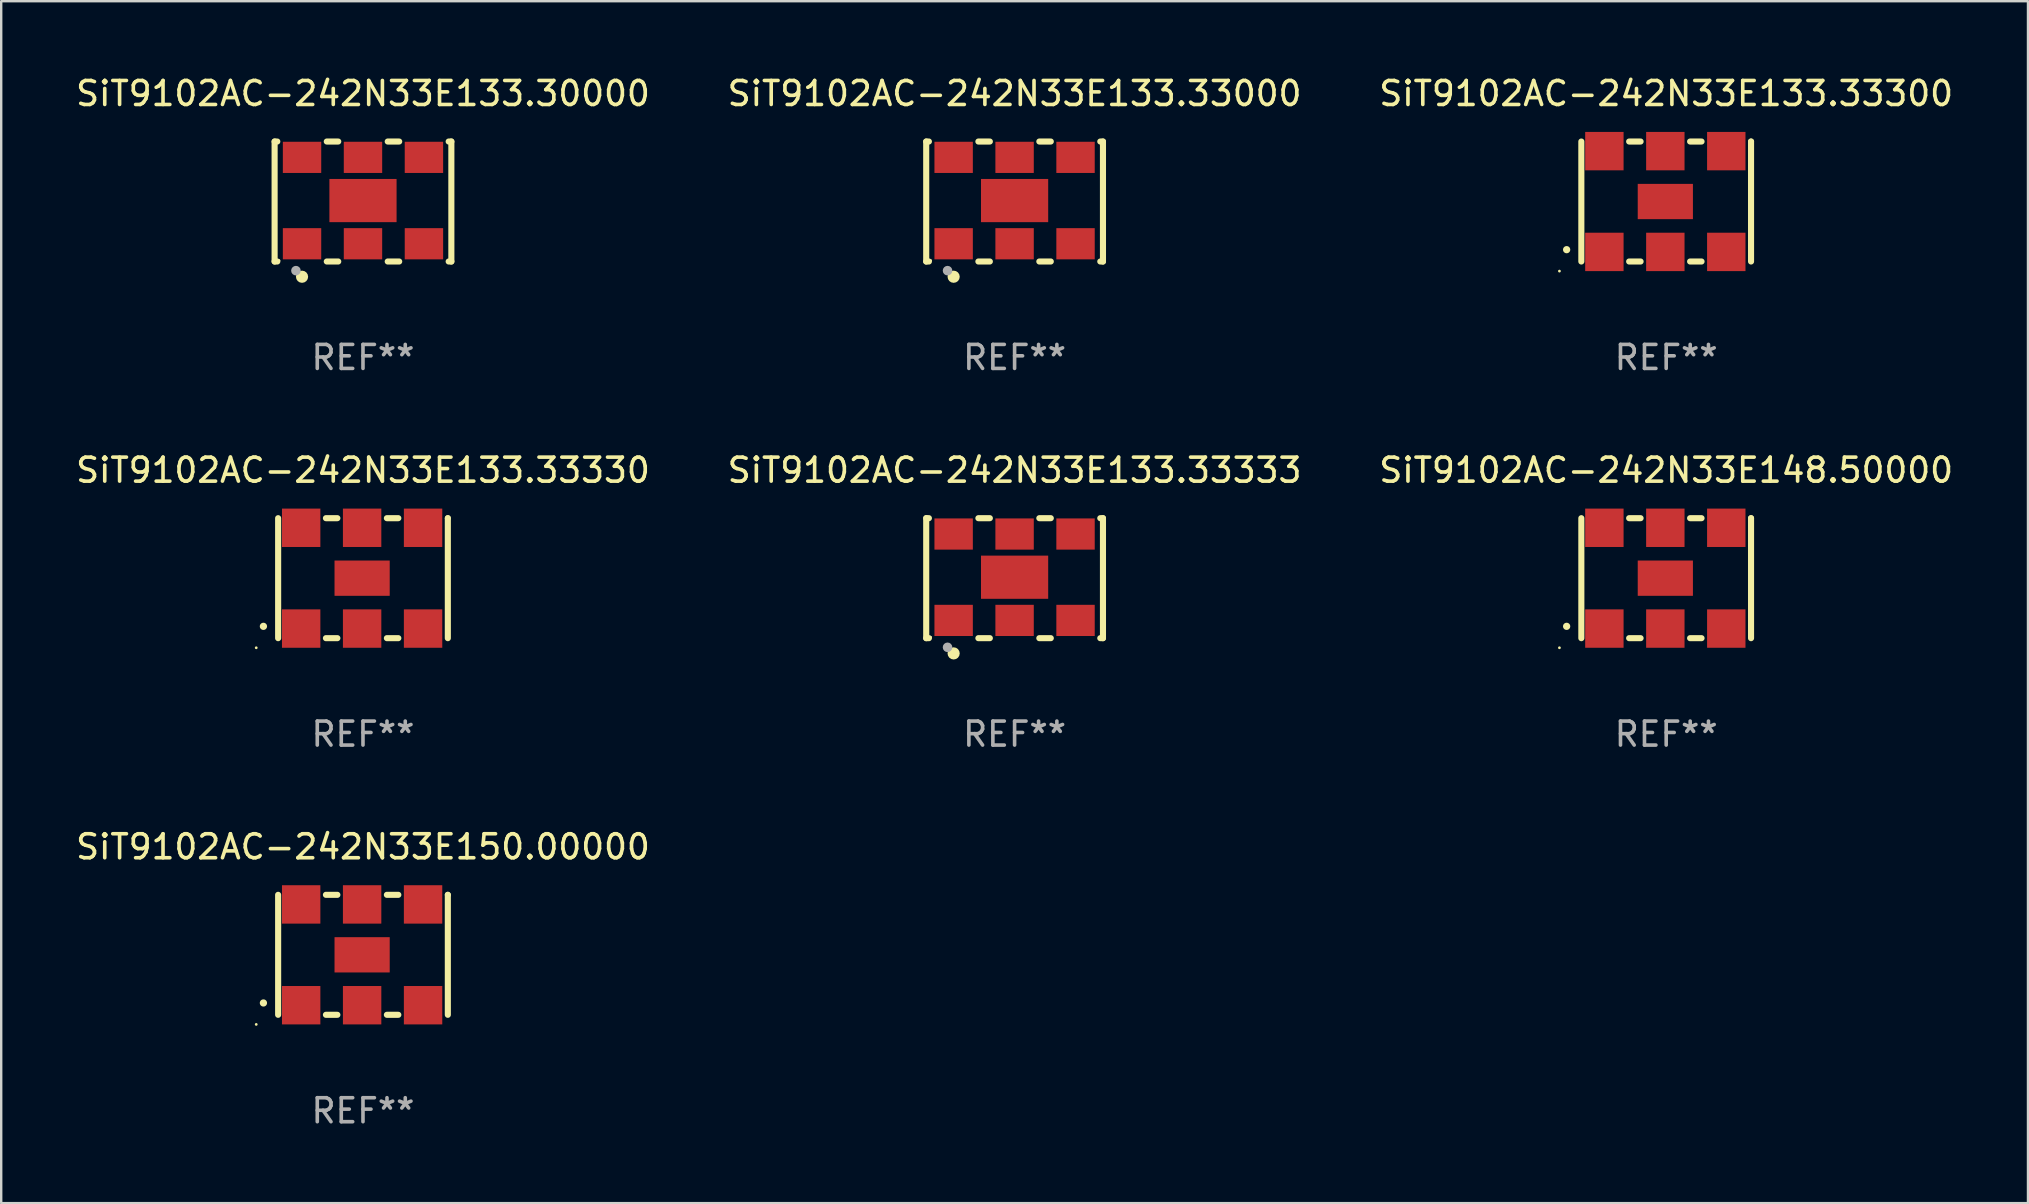
<source format=kicad_pcb>
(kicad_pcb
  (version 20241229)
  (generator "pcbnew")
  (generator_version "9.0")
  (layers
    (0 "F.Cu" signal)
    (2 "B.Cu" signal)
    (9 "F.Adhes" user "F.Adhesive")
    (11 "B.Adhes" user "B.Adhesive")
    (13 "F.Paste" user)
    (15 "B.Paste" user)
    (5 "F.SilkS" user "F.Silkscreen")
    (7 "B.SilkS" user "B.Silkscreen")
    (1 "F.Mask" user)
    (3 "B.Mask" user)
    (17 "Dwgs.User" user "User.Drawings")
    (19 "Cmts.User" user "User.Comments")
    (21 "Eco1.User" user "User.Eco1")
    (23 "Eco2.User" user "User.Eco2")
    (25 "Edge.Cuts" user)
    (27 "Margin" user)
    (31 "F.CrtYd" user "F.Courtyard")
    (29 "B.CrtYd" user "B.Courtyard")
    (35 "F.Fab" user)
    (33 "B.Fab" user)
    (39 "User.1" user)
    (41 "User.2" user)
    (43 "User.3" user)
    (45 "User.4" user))
  (footprint "SiT9102AC-242N33E133.33333"
    (layer "F.Cu")
    (at 39.232 21.045)
    (property "Reference" "SiT9102AC-242N33E133.33333" (at 0 -4.5 0) (layer "F.SilkS") (effects (font (size 1 1) (thickness 0.15))))
    (attr through_hole)
    (fp_line (start -3.683 -2.5) (end -3.571 -2.5) (stroke (width 0.254) (type solid)) (layer "F.SilkS"))
    (fp_line (start -3.683 2.5) (end -3.683 -2.5) (stroke (width 0.254) (type solid)) (layer "F.SilkS"))
    (fp_line (start -3.683 2.5) (end -3.571 2.5) (stroke (width 0.254) (type solid)) (layer "F.SilkS"))
    (fp_line (start -1.509 -2.5) (end -1.031 -2.5) (stroke (width 0.254) (type solid)) (layer "F.SilkS"))
    (fp_line (start -1.509 2.5) (end -1.031 2.5) (stroke (width 0.254) (type solid)) (layer "F.SilkS"))
    (fp_line (start 1.031 -2.5) (end 1.509 -2.5) (stroke (width 0.254) (type solid)) (layer "F.SilkS"))
    (fp_line (start 1.031 2.5) (end 1.509 2.5) (stroke (width 0.254) (type solid)) (layer "F.SilkS"))
    (fp_line (start 3.571 -2.5) (end 3.683 -2.5) (stroke (width 0.254) (type solid)) (layer "F.SilkS"))
    (fp_line (start 3.571 2.5) (end 3.683 2.5) (stroke (width 0.254) (type solid)) (layer "F.SilkS"))
    (fp_line (start 3.683 2.5) (end 3.683 -2.5) (stroke (width 0.254) (type solid)) (layer "F.SilkS"))
    (fp_circle (center -3.5 2.46) (end -3.47 2.46) (stroke (width 0.06) (type solid)) (fill no) (layer "F.SilkS"))
    (fp_circle (center -2.54 3.135) (end -2.413 3.135) (stroke (width 0.254) (type solid)) (fill no) (layer "F.SilkS"))
    (fp_circle (center -2.794 2.881) (end -2.694 2.881) (stroke (width 0.2) (type solid)) (fill no) (layer "F.Fab"))
    (fp_text user "REF**" (at 0 6.5 0) (layer "F.Fab") (effects (font (size 1 1) (thickness 0.15))))
    (pad "1" smd rect (at -2.54 1.76) (size 1.6 1.3) (layers "F.Cu" "F.Mask" "F.Paste"))
    (pad "2" smd rect (at 0 1.76) (size 1.6 1.3) (layers "F.Cu" "F.Mask" "F.Paste"))
    (pad "3" smd rect (at 2.54 1.76) (size 1.6 1.3) (layers "F.Cu" "F.Mask" "F.Paste"))
    (pad "4" smd rect (at 2.54 -1.84) (size 1.6 1.3) (layers "F.Cu" "F.Mask" "F.Paste"))
    (pad "5" smd rect (at 0 -1.84) (size 1.6 1.3) (layers "F.Cu" "F.Mask" "F.Paste"))
    (pad "6" smd rect (at -2.54 -1.84) (size 1.6 1.3) (layers "F.Cu" "F.Mask" "F.Paste"))
    (pad "7" smd rect (at 0 -0.04) (size 2.8 1.8) (layers "F.Cu" "F.Mask" "F.Paste")))
  (footprint "SiT9102AC-242N33E133.33000"
    (layer "F.Cu")
    (at 39.232 5.348)
    (property "Reference" "SiT9102AC-242N33E133.33000" (at 0 -4.5 0) (layer "F.SilkS") (effects (font (size 1 1) (thickness 0.15))))
    (attr through_hole)
    (fp_line (start -3.683 -2.5) (end -3.571 -2.5) (stroke (width 0.254) (type solid)) (layer "F.SilkS"))
    (fp_line (start -3.683 2.5) (end -3.683 -2.5) (stroke (width 0.254) (type solid)) (layer "F.SilkS"))
    (fp_line (start -3.683 2.5) (end -3.571 2.5) (stroke (width 0.254) (type solid)) (layer "F.SilkS"))
    (fp_line (start -1.509 -2.5) (end -1.031 -2.5) (stroke (width 0.254) (type solid)) (layer "F.SilkS"))
    (fp_line (start -1.509 2.5) (end -1.031 2.5) (stroke (width 0.254) (type solid)) (layer "F.SilkS"))
    (fp_line (start 1.031 -2.5) (end 1.509 -2.5) (stroke (width 0.254) (type solid)) (layer "F.SilkS"))
    (fp_line (start 1.031 2.5) (end 1.509 2.5) (stroke (width 0.254) (type solid)) (layer "F.SilkS"))
    (fp_line (start 3.571 -2.5) (end 3.683 -2.5) (stroke (width 0.254) (type solid)) (layer "F.SilkS"))
    (fp_line (start 3.571 2.5) (end 3.683 2.5) (stroke (width 0.254) (type solid)) (layer "F.SilkS"))
    (fp_line (start 3.683 2.5) (end 3.683 -2.5) (stroke (width 0.254) (type solid)) (layer "F.SilkS"))
    (fp_circle (center -3.5 2.46) (end -3.47 2.46) (stroke (width 0.06) (type solid)) (fill no) (layer "F.SilkS"))
    (fp_circle (center -2.54 3.135) (end -2.413 3.135) (stroke (width 0.254) (type solid)) (fill no) (layer "F.SilkS"))
    (fp_circle (center -2.794 2.881) (end -2.694 2.881) (stroke (width 0.2) (type solid)) (fill no) (layer "F.Fab"))
    (fp_text user "REF**" (at 0 6.5 0) (layer "F.Fab") (effects (font (size 1 1) (thickness 0.15))))
    (pad "1" smd rect (at -2.54 1.76) (size 1.6 1.3) (layers "F.Cu" "F.Mask" "F.Paste"))
    (pad "2" smd rect (at 0 1.76) (size 1.6 1.3) (layers "F.Cu" "F.Mask" "F.Paste"))
    (pad "3" smd rect (at 2.54 1.76) (size 1.6 1.3) (layers "F.Cu" "F.Mask" "F.Paste"))
    (pad "4" smd rect (at 2.54 -1.84) (size 1.6 1.3) (layers "F.Cu" "F.Mask" "F.Paste"))
    (pad "5" smd rect (at 0 -1.84) (size 1.6 1.3) (layers "F.Cu" "F.Mask" "F.Paste"))
    (pad "6" smd rect (at -2.54 -1.84) (size 1.6 1.3) (layers "F.Cu" "F.Mask" "F.Paste"))
    (pad "7" smd rect (at 0 -0.04) (size 2.8 1.8) (layers "F.Cu" "F.Mask" "F.Paste")))
  (footprint "SiT9102AC-242N33E133.30000"
    (layer "F.Cu")
    (at 12.077 5.348)
    (property "Reference" "SiT9102AC-242N33E133.30000" (at 0 -4.5 0) (layer "F.SilkS") (effects (font (size 1 1) (thickness 0.15))))
    (attr through_hole)
    (fp_line (start -3.683 -2.5) (end -3.571 -2.5) (stroke (width 0.254) (type solid)) (layer "F.SilkS"))
    (fp_line (start -3.683 2.5) (end -3.683 -2.5) (stroke (width 0.254) (type solid)) (layer "F.SilkS"))
    (fp_line (start -3.683 2.5) (end -3.571 2.5) (stroke (width 0.254) (type solid)) (layer "F.SilkS"))
    (fp_line (start -1.509 -2.5) (end -1.031 -2.5) (stroke (width 0.254) (type solid)) (layer "F.SilkS"))
    (fp_line (start -1.509 2.5) (end -1.031 2.5) (stroke (width 0.254) (type solid)) (layer "F.SilkS"))
    (fp_line (start 1.031 -2.5) (end 1.509 -2.5) (stroke (width 0.254) (type solid)) (layer "F.SilkS"))
    (fp_line (start 1.031 2.5) (end 1.509 2.5) (stroke (width 0.254) (type solid)) (layer "F.SilkS"))
    (fp_line (start 3.571 -2.5) (end 3.683 -2.5) (stroke (width 0.254) (type solid)) (layer "F.SilkS"))
    (fp_line (start 3.571 2.5) (end 3.683 2.5) (stroke (width 0.254) (type solid)) (layer "F.SilkS"))
    (fp_line (start 3.683 2.5) (end 3.683 -2.5) (stroke (width 0.254) (type solid)) (layer "F.SilkS"))
    (fp_circle (center -3.5 2.46) (end -3.47 2.46) (stroke (width 0.06) (type solid)) (fill no) (layer "F.SilkS"))
    (fp_circle (center -2.54 3.135) (end -2.413 3.135) (stroke (width 0.254) (type solid)) (fill no) (layer "F.SilkS"))
    (fp_circle (center -2.794 2.881) (end -2.694 2.881) (stroke (width 0.2) (type solid)) (fill no) (layer "F.Fab"))
    (fp_text user "REF**" (at 0 6.5 0) (layer "F.Fab") (effects (font (size 1 1) (thickness 0.15))))
    (pad "1" smd rect (at -2.54 1.76) (size 1.6 1.3) (layers "F.Cu" "F.Mask" "F.Paste"))
    (pad "2" smd rect (at 0 1.76) (size 1.6 1.3) (layers "F.Cu" "F.Mask" "F.Paste"))
    (pad "3" smd rect (at 2.54 1.76) (size 1.6 1.3) (layers "F.Cu" "F.Mask" "F.Paste"))
    (pad "4" smd rect (at 2.54 -1.84) (size 1.6 1.3) (layers "F.Cu" "F.Mask" "F.Paste"))
    (pad "5" smd rect (at 0 -1.84) (size 1.6 1.3) (layers "F.Cu" "F.Mask" "F.Paste"))
    (pad "6" smd rect (at -2.54 -1.84) (size 1.6 1.3) (layers "F.Cu" "F.Mask" "F.Paste"))
    (pad "7" smd rect (at 0 -0.04) (size 2.8 1.8) (layers "F.Cu" "F.Mask" "F.Paste")))
  (footprint "SiT9102AC-242N33E150.00000"
    (layer "F.Cu")
    (at 12.077 36.741)
    (property "Reference" "SiT9102AC-242N33E150.00000" (at 0 -4.5 0) (layer "F.SilkS") (effects (font (size 1 1) (thickness 0.15))))
    (attr through_hole)
    (fp_line (start -3.536 -2.5) (end -3.536 2.5) (stroke (width 0.254) (type solid)) (layer "F.SilkS"))
    (fp_line (start -1.544 2.5) (end -1.067 2.5) (stroke (width 0.254) (type solid)) (layer "F.SilkS"))
    (fp_line (start -1.067 -2.5) (end -1.544 -2.5) (stroke (width 0.254) (type solid)) (layer "F.SilkS"))
    (fp_line (start 0.996 2.5) (end 1.473 2.5) (stroke (width 0.254) (type solid)) (layer "F.SilkS"))
    (fp_line (start 1.473 -2.5) (end 0.996 -2.5) (stroke (width 0.254) (type solid)) (layer "F.SilkS"))
    (fp_line (start 3.536 -2.5) (end 3.536 -2.5) (stroke (width 0.254) (type solid)) (layer "F.SilkS"))
    (fp_line (start 3.536 2.5) (end 3.536 -2.5) (stroke (width 0.254) (type solid)) (layer "F.SilkS"))
    (fp_arc (start -4.150432 2.006604) (mid -4.149162 2.006599) (end -4.147892 2.006604) (stroke (width 0.3) (type solid)) (layer "F.SilkS"))
    (fp_circle (center -4.449 2.9) (end -4.419 2.9) (stroke (width 0.06) (type solid)) (fill no) (layer "F.SilkS"))
    (fp_text user "REF**" (at 0 6.5 0) (layer "F.Fab") (effects (font (size 1 1) (thickness 0.15))))
    (pad "1" smd rect (at -2.576 2.1) (size 1.6 1.6) (layers "F.Cu" "F.Mask" "F.Paste"))
    (pad "2" smd rect (at -0.036 2.1) (size 1.6 1.6) (layers "F.Cu" "F.Mask" "F.Paste"))
    (pad "3" smd rect (at 2.504 2.1) (size 1.6 1.6) (layers "F.Cu" "F.Mask" "F.Paste"))
    (pad "4" smd rect (at 2.504 -2.1) (size 1.6 1.6) (layers "F.Cu" "F.Mask" "F.Paste"))
    (pad "5" smd rect (at -0.036 -2.1) (size 1.6 1.6) (layers "F.Cu" "F.Mask" "F.Paste"))
    (pad "6" smd rect (at -2.576 -2.1) (size 1.6 1.6) (layers "F.Cu" "F.Mask" "F.Paste"))
    (pad "7" smd rect (at -0.036 0) (size 2.3 1.47) (layers "F.Cu" "F.Mask" "F.Paste")))
  (footprint "SiT9102AC-242N33E133.33300"
    (layer "F.Cu")
    (at 66.387 5.348)
    (property "Reference" "SiT9102AC-242N33E133.33300" (at 0 -4.5 0) (layer "F.SilkS") (effects (font (size 1 1) (thickness 0.15))))
    (attr through_hole)
    (fp_line (start -3.536 -2.5) (end -3.536 2.5) (stroke (width 0.254) (type solid)) (layer "F.SilkS"))
    (fp_line (start -1.544 2.5) (end -1.067 2.5) (stroke (width 0.254) (type solid)) (layer "F.SilkS"))
    (fp_line (start -1.067 -2.5) (end -1.544 -2.5) (stroke (width 0.254) (type solid)) (layer "F.SilkS"))
    (fp_line (start 0.996 2.5) (end 1.473 2.5) (stroke (width 0.254) (type solid)) (layer "F.SilkS"))
    (fp_line (start 1.473 -2.5) (end 0.996 -2.5) (stroke (width 0.254) (type solid)) (layer "F.SilkS"))
    (fp_line (start 3.536 -2.5) (end 3.536 -2.5) (stroke (width 0.254) (type solid)) (layer "F.SilkS"))
    (fp_line (start 3.536 2.5) (end 3.536 -2.5) (stroke (width 0.254) (type solid)) (layer "F.SilkS"))
    (fp_arc (start -4.150432 2.006604) (mid -4.149162 2.006599) (end -4.147892 2.006604) (stroke (width 0.3) (type solid)) (layer "F.SilkS"))
    (fp_circle (center -4.449 2.9) (end -4.419 2.9) (stroke (width 0.06) (type solid)) (fill no) (layer "F.SilkS"))
    (fp_text user "REF**" (at 0 6.5 0) (layer "F.Fab") (effects (font (size 1 1) (thickness 0.15))))
    (pad "1" smd rect (at -2.576 2.1) (size 1.6 1.6) (layers "F.Cu" "F.Mask" "F.Paste"))
    (pad "2" smd rect (at -0.036 2.1) (size 1.6 1.6) (layers "F.Cu" "F.Mask" "F.Paste"))
    (pad "3" smd rect (at 2.504 2.1) (size 1.6 1.6) (layers "F.Cu" "F.Mask" "F.Paste"))
    (pad "4" smd rect (at 2.504 -2.1) (size 1.6 1.6) (layers "F.Cu" "F.Mask" "F.Paste"))
    (pad "5" smd rect (at -0.036 -2.1) (size 1.6 1.6) (layers "F.Cu" "F.Mask" "F.Paste"))
    (pad "6" smd rect (at -2.576 -2.1) (size 1.6 1.6) (layers "F.Cu" "F.Mask" "F.Paste"))
    (pad "7" smd rect (at -0.036 0) (size 2.3 1.47) (layers "F.Cu" "F.Mask" "F.Paste")))
  (footprint "SiT9102AC-242N33E133.33330"
    (layer "F.Cu")
    (at 12.077 21.045)
    (property "Reference" "SiT9102AC-242N33E133.33330" (at 0 -4.5 0) (layer "F.SilkS") (effects (font (size 1 1) (thickness 0.15))))
    (attr through_hole)
    (fp_line (start -3.536 -2.5) (end -3.536 2.5) (stroke (width 0.254) (type solid)) (layer "F.SilkS"))
    (fp_line (start -1.544 2.5) (end -1.067 2.5) (stroke (width 0.254) (type solid)) (layer "F.SilkS"))
    (fp_line (start -1.067 -2.5) (end -1.544 -2.5) (stroke (width 0.254) (type solid)) (layer "F.SilkS"))
    (fp_line (start 0.996 2.5) (end 1.473 2.5) (stroke (width 0.254) (type solid)) (layer "F.SilkS"))
    (fp_line (start 1.473 -2.5) (end 0.996 -2.5) (stroke (width 0.254) (type solid)) (layer "F.SilkS"))
    (fp_line (start 3.536 -2.5) (end 3.536 -2.5) (stroke (width 0.254) (type solid)) (layer "F.SilkS"))
    (fp_line (start 3.536 2.5) (end 3.536 -2.5) (stroke (width 0.254) (type solid)) (layer "F.SilkS"))
    (fp_arc (start -4.150432 2.006604) (mid -4.149162 2.006599) (end -4.147892 2.006604) (stroke (width 0.3) (type solid)) (layer "F.SilkS"))
    (fp_circle (center -4.449 2.9) (end -4.419 2.9) (stroke (width 0.06) (type solid)) (fill no) (layer "F.SilkS"))
    (fp_text user "REF**" (at 0 6.5 0) (layer "F.Fab") (effects (font (size 1 1) (thickness 0.15))))
    (pad "1" smd rect (at -2.576 2.1) (size 1.6 1.6) (layers "F.Cu" "F.Mask" "F.Paste"))
    (pad "2" smd rect (at -0.036 2.1) (size 1.6 1.6) (layers "F.Cu" "F.Mask" "F.Paste"))
    (pad "3" smd rect (at 2.504 2.1) (size 1.6 1.6) (layers "F.Cu" "F.Mask" "F.Paste"))
    (pad "4" smd rect (at 2.504 -2.1) (size 1.6 1.6) (layers "F.Cu" "F.Mask" "F.Paste"))
    (pad "5" smd rect (at -0.036 -2.1) (size 1.6 1.6) (layers "F.Cu" "F.Mask" "F.Paste"))
    (pad "6" smd rect (at -2.576 -2.1) (size 1.6 1.6) (layers "F.Cu" "F.Mask" "F.Paste"))
    (pad "7" smd rect (at -0.036 0) (size 2.3 1.47) (layers "F.Cu" "F.Mask" "F.Paste")))
  (footprint "SiT9102AC-242N33E148.50000"
    (layer "F.Cu")
    (at 66.387 21.045)
    (property "Reference" "SiT9102AC-242N33E148.50000" (at 0 -4.5 0) (layer "F.SilkS") (effects (font (size 1 1) (thickness 0.15))))
    (attr through_hole)
    (fp_line (start -3.536 -2.5) (end -3.536 2.5) (stroke (width 0.254) (type solid)) (layer "F.SilkS"))
    (fp_line (start -1.544 2.5) (end -1.067 2.5) (stroke (width 0.254) (type solid)) (layer "F.SilkS"))
    (fp_line (start -1.067 -2.5) (end -1.544 -2.5) (stroke (width 0.254) (type solid)) (layer "F.SilkS"))
    (fp_line (start 0.996 2.5) (end 1.473 2.5) (stroke (width 0.254) (type solid)) (layer "F.SilkS"))
    (fp_line (start 1.473 -2.5) (end 0.996 -2.5) (stroke (width 0.254) (type solid)) (layer "F.SilkS"))
    (fp_line (start 3.536 -2.5) (end 3.536 -2.5) (stroke (width 0.254) (type solid)) (layer "F.SilkS"))
    (fp_line (start 3.536 2.5) (end 3.536 -2.5) (stroke (width 0.254) (type solid)) (layer "F.SilkS"))
    (fp_arc (start -4.150432 2.006604) (mid -4.149162 2.006599) (end -4.147892 2.006604) (stroke (width 0.3) (type solid)) (layer "F.SilkS"))
    (fp_circle (center -4.449 2.9) (end -4.419 2.9) (stroke (width 0.06) (type solid)) (fill no) (layer "F.SilkS"))
    (fp_text user "REF**" (at 0 6.5 0) (layer "F.Fab") (effects (font (size 1 1) (thickness 0.15))))
    (pad "1" smd rect (at -2.576 2.1) (size 1.6 1.6) (layers "F.Cu" "F.Mask" "F.Paste"))
    (pad "2" smd rect (at -0.036 2.1) (size 1.6 1.6) (layers "F.Cu" "F.Mask" "F.Paste"))
    (pad "3" smd rect (at 2.504 2.1) (size 1.6 1.6) (layers "F.Cu" "F.Mask" "F.Paste"))
    (pad "4" smd rect (at 2.504 -2.1) (size 1.6 1.6) (layers "F.Cu" "F.Mask" "F.Paste"))
    (pad "5" smd rect (at -0.036 -2.1) (size 1.6 1.6) (layers "F.Cu" "F.Mask" "F.Paste"))
    (pad "6" smd rect (at -2.576 -2.1) (size 1.6 1.6) (layers "F.Cu" "F.Mask" "F.Paste"))
    (pad "7" smd rect (at -0.036 0) (size 2.3 1.47) (layers "F.Cu" "F.Mask" "F.Paste")))
  (gr_rect
    (start -3 -3)
    (end 81.464 47.09)
    (stroke (width 0.1) (type default))
    (fill no)
    (layer "Edge.Cuts")))
</source>
